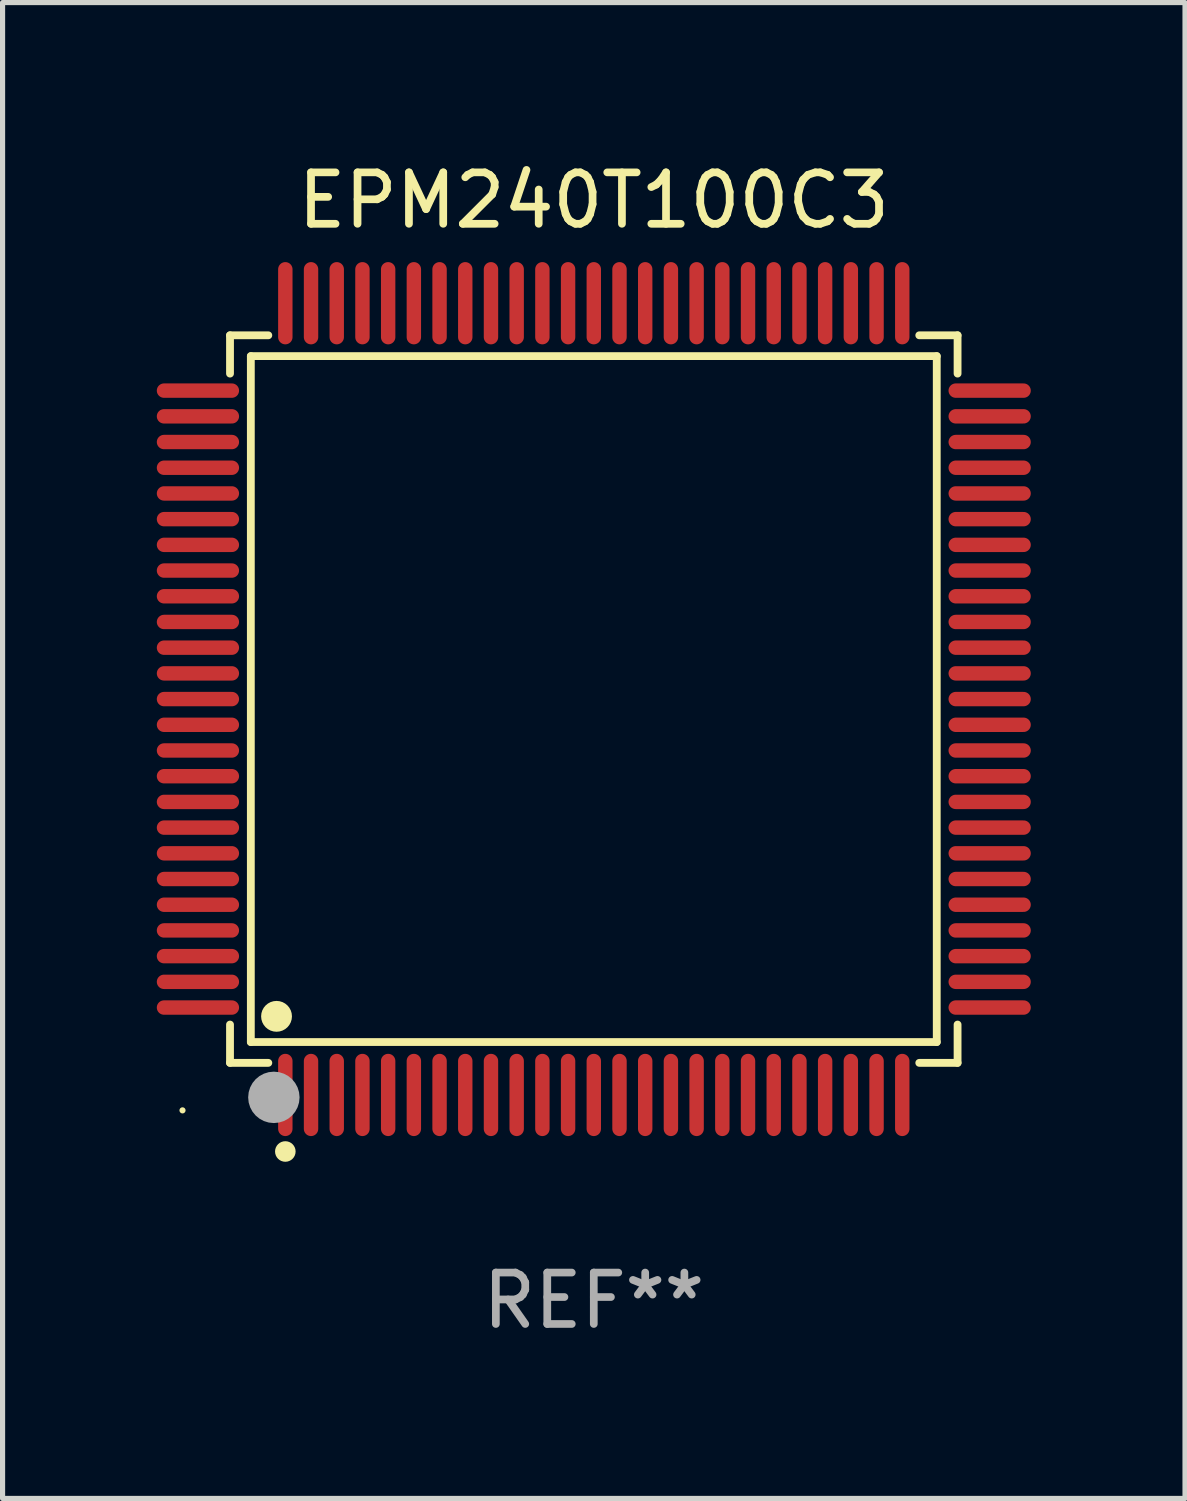
<source format=kicad_pcb>
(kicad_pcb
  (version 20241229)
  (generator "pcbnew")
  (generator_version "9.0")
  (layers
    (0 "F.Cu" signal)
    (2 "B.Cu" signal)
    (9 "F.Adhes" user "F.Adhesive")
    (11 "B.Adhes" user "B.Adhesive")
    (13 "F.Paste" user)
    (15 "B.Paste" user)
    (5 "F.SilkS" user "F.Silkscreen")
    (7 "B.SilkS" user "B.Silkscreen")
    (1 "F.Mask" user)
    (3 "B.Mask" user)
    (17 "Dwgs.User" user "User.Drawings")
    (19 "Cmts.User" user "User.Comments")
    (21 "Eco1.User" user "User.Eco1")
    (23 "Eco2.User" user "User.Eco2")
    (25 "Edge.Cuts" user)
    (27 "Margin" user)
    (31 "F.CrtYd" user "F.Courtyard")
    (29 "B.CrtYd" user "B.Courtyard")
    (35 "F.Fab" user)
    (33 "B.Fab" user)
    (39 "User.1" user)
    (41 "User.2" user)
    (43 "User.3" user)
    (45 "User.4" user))
  (footprint "EPM240T100C3"
    (layer "F.Cu")
    (at 8.5 10.548)
    (property "Reference" "EPM240T100C3" (at 0 -9.7 0) (layer "F.SilkS") (effects (font (size 1 1) (thickness 0.15))))
    (attr through_hole)
    (fp_line (start -7.076 -7.076) (end -6.331 -7.076) (stroke (width 0.152) (type solid)) (layer "F.SilkS"))
    (fp_line (start -7.076 -6.331) (end -7.076 -7.076) (stroke (width 0.152) (type solid)) (layer "F.SilkS"))
    (fp_line (start -7.076 6.331) (end -7.076 7.076) (stroke (width 0.152) (type solid)) (layer "F.SilkS"))
    (fp_line (start -7.076 7.076) (end -6.331 7.076) (stroke (width 0.152) (type solid)) (layer "F.SilkS"))
    (fp_line (start -6.671 -6.671) (end 6.671 -6.671) (stroke (width 0.152) (type solid)) (layer "F.SilkS"))
    (fp_line (start -6.671 6.671) (end -6.671 -6.671) (stroke (width 0.152) (type solid)) (layer "F.SilkS"))
    (fp_line (start 6.671 -6.671) (end 6.671 6.671) (stroke (width 0.152) (type solid)) (layer "F.SilkS"))
    (fp_line (start 6.671 6.671) (end -6.671 6.671) (stroke (width 0.152) (type solid)) (layer "F.SilkS"))
    (fp_line (start 7.076 -7.076) (end 6.331 -7.076) (stroke (width 0.152) (type solid)) (layer "F.SilkS"))
    (fp_line (start 7.076 -6.331) (end 7.076 -7.076) (stroke (width 0.152) (type solid)) (layer "F.SilkS"))
    (fp_line (start 7.076 6.331) (end 7.076 7.076) (stroke (width 0.152) (type solid)) (layer "F.SilkS"))
    (fp_line (start 7.076 7.076) (end 6.331 7.076) (stroke (width 0.152) (type solid)) (layer "F.SilkS"))
    (fp_circle (center -8 8) (end -7.97 8) (stroke (width 0.06) (type solid)) (fill no) (layer "F.SilkS"))
    (fp_circle (center -6.171 6.171) (end -6.021 6.171) (stroke (width 0.3) (type solid)) (fill no) (layer "F.SilkS"))
    (fp_circle (center -6 8.8) (end -5.9 8.8) (stroke (width 0.2) (type solid)) (fill no) (layer "F.SilkS"))
    (fp_circle (center -6.223 7.747) (end -5.973 7.747) (stroke (width 0.5) (type solid)) (fill no) (layer "F.Fab"))
    (fp_text user "REF**" (at 0 11.7 0) (layer "F.Fab") (effects (font (size 1 1) (thickness 0.15))))
    (pad "1" smd oval (at -6 7.7) (size 0.28 1.6) (layers "F.Cu" "F.Mask" "F.Paste"))
    (pad "2" smd oval (at -5.5 7.7) (size 0.28 1.6) (layers "F.Cu" "F.Mask" "F.Paste"))
    (pad "3" smd oval (at -5 7.7) (size 0.28 1.6) (layers "F.Cu" "F.Mask" "F.Paste"))
    (pad "4" smd oval (at -4.5 7.7) (size 0.28 1.6) (layers "F.Cu" "F.Mask" "F.Paste"))
    (pad "5" smd oval (at -4 7.7) (size 0.28 1.6) (layers "F.Cu" "F.Mask" "F.Paste"))
    (pad "6" smd oval (at -3.5 7.7) (size 0.28 1.6) (layers "F.Cu" "F.Mask" "F.Paste"))
    (pad "7" smd oval (at -3 7.7) (size 0.28 1.6) (layers "F.Cu" "F.Mask" "F.Paste"))
    (pad "8" smd oval (at -2.5 7.7) (size 0.28 1.6) (layers "F.Cu" "F.Mask" "F.Paste"))
    (pad "9" smd oval (at -2 7.7) (size 0.28 1.6) (layers "F.Cu" "F.Mask" "F.Paste"))
    (pad "10" smd oval (at -1.5 7.7) (size 0.28 1.6) (layers "F.Cu" "F.Mask" "F.Paste"))
    (pad "11" smd oval (at -1 7.7) (size 0.28 1.6) (layers "F.Cu" "F.Mask" "F.Paste"))
    (pad "12" smd oval (at -0.5 7.7) (size 0.28 1.6) (layers "F.Cu" "F.Mask" "F.Paste"))
    (pad "13" smd oval (at 0 7.7) (size 0.28 1.6) (layers "F.Cu" "F.Mask" "F.Paste"))
    (pad "14" smd oval (at 0.5 7.7) (size 0.28 1.6) (layers "F.Cu" "F.Mask" "F.Paste"))
    (pad "15" smd oval (at 1 7.7) (size 0.28 1.6) (layers "F.Cu" "F.Mask" "F.Paste"))
    (pad "16" smd oval (at 1.5 7.7) (size 0.28 1.6) (layers "F.Cu" "F.Mask" "F.Paste"))
    (pad "17" smd oval (at 2 7.7) (size 0.28 1.6) (layers "F.Cu" "F.Mask" "F.Paste"))
    (pad "18" smd oval (at 2.5 7.7) (size 0.28 1.6) (layers "F.Cu" "F.Mask" "F.Paste"))
    (pad "19" smd oval (at 3 7.7) (size 0.28 1.6) (layers "F.Cu" "F.Mask" "F.Paste"))
    (pad "20" smd oval (at 3.5 7.7) (size 0.28 1.6) (layers "F.Cu" "F.Mask" "F.Paste"))
    (pad "21" smd oval (at 4 7.7) (size 0.28 1.6) (layers "F.Cu" "F.Mask" "F.Paste"))
    (pad "22" smd oval (at 4.5 7.7) (size 0.28 1.6) (layers "F.Cu" "F.Mask" "F.Paste"))
    (pad "23" smd oval (at 5 7.7) (size 0.28 1.6) (layers "F.Cu" "F.Mask" "F.Paste"))
    (pad "24" smd oval (at 5.5 7.7) (size 0.28 1.6) (layers "F.Cu" "F.Mask" "F.Paste"))
    (pad "25" smd oval (at 6 7.7) (size 0.28 1.6) (layers "F.Cu" "F.Mask" "F.Paste"))
    (pad "26" smd oval (at 7.7 6) (size 1.6 0.28) (layers "F.Cu" "F.Mask" "F.Paste"))
    (pad "27" smd oval (at 7.7 5.5) (size 1.6 0.28) (layers "F.Cu" "F.Mask" "F.Paste"))
    (pad "28" smd oval (at 7.7 5) (size 1.6 0.28) (layers "F.Cu" "F.Mask" "F.Paste"))
    (pad "29" smd oval (at 7.7 4.5) (size 1.6 0.28) (layers "F.Cu" "F.Mask" "F.Paste"))
    (pad "30" smd oval (at 7.7 4) (size 1.6 0.28) (layers "F.Cu" "F.Mask" "F.Paste"))
    (pad "31" smd oval (at 7.7 3.5) (size 1.6 0.28) (layers "F.Cu" "F.Mask" "F.Paste"))
    (pad "32" smd oval (at 7.7 3) (size 1.6 0.28) (layers "F.Cu" "F.Mask" "F.Paste"))
    (pad "33" smd oval (at 7.7 2.5) (size 1.6 0.28) (layers "F.Cu" "F.Mask" "F.Paste"))
    (pad "34" smd oval (at 7.7 2) (size 1.6 0.28) (layers "F.Cu" "F.Mask" "F.Paste"))
    (pad "35" smd oval (at 7.7 1.5) (size 1.6 0.28) (layers "F.Cu" "F.Mask" "F.Paste"))
    (pad "36" smd oval (at 7.7 1) (size 1.6 0.28) (layers "F.Cu" "F.Mask" "F.Paste"))
    (pad "37" smd oval (at 7.7 0.5) (size 1.6 0.28) (layers "F.Cu" "F.Mask" "F.Paste"))
    (pad "38" smd oval (at 7.7 0) (size 1.6 0.28) (layers "F.Cu" "F.Mask" "F.Paste"))
    (pad "39" smd oval (at 7.7 -0.5) (size 1.6 0.28) (layers "F.Cu" "F.Mask" "F.Paste"))
    (pad "40" smd oval (at 7.7 -1) (size 1.6 0.28) (layers "F.Cu" "F.Mask" "F.Paste"))
    (pad "41" smd oval (at 7.7 -1.5) (size 1.6 0.28) (layers "F.Cu" "F.Mask" "F.Paste"))
    (pad "42" smd oval (at 7.7 -2) (size 1.6 0.28) (layers "F.Cu" "F.Mask" "F.Paste"))
    (pad "43" smd oval (at 7.7 -2.5) (size 1.6 0.28) (layers "F.Cu" "F.Mask" "F.Paste"))
    (pad "44" smd oval (at 7.7 -3) (size 1.6 0.28) (layers "F.Cu" "F.Mask" "F.Paste"))
    (pad "45" smd oval (at 7.7 -3.5) (size 1.6 0.28) (layers "F.Cu" "F.Mask" "F.Paste"))
    (pad "46" smd oval (at 7.7 -4) (size 1.6 0.28) (layers "F.Cu" "F.Mask" "F.Paste"))
    (pad "47" smd oval (at 7.7 -4.5) (size 1.6 0.28) (layers "F.Cu" "F.Mask" "F.Paste"))
    (pad "48" smd oval (at 7.7 -5) (size 1.6 0.28) (layers "F.Cu" "F.Mask" "F.Paste"))
    (pad "49" smd oval (at 7.7 -5.5) (size 1.6 0.28) (layers "F.Cu" "F.Mask" "F.Paste"))
    (pad "50" smd oval (at 7.7 -6) (size 1.6 0.28) (layers "F.Cu" "F.Mask" "F.Paste"))
    (pad "51" smd oval (at 6 -7.7) (size 0.28 1.6) (layers "F.Cu" "F.Mask" "F.Paste"))
    (pad "52" smd oval (at 5.5 -7.7) (size 0.28 1.6) (layers "F.Cu" "F.Mask" "F.Paste"))
    (pad "53" smd oval (at 5 -7.7) (size 0.28 1.6) (layers "F.Cu" "F.Mask" "F.Paste"))
    (pad "54" smd oval (at 4.5 -7.7) (size 0.28 1.6) (layers "F.Cu" "F.Mask" "F.Paste"))
    (pad "55" smd oval (at 4 -7.7) (size 0.28 1.6) (layers "F.Cu" "F.Mask" "F.Paste"))
    (pad "56" smd oval (at 3.5 -7.7) (size 0.28 1.6) (layers "F.Cu" "F.Mask" "F.Paste"))
    (pad "57" smd oval (at 3 -7.7) (size 0.28 1.6) (layers "F.Cu" "F.Mask" "F.Paste"))
    (pad "58" smd oval (at 2.5 -7.7) (size 0.28 1.6) (layers "F.Cu" "F.Mask" "F.Paste"))
    (pad "59" smd oval (at 2 -7.7) (size 0.28 1.6) (layers "F.Cu" "F.Mask" "F.Paste"))
    (pad "60" smd oval (at 1.5 -7.7) (size 0.28 1.6) (layers "F.Cu" "F.Mask" "F.Paste"))
    (pad "61" smd oval (at 1 -7.7) (size 0.28 1.6) (layers "F.Cu" "F.Mask" "F.Paste"))
    (pad "62" smd oval (at 0.5 -7.7) (size 0.28 1.6) (layers "F.Cu" "F.Mask" "F.Paste"))
    (pad "63" smd oval (at 0 -7.7) (size 0.28 1.6) (layers "F.Cu" "F.Mask" "F.Paste"))
    (pad "64" smd oval (at -0.5 -7.7) (size 0.28 1.6) (layers "F.Cu" "F.Mask" "F.Paste"))
    (pad "65" smd oval (at -1 -7.7) (size 0.28 1.6) (layers "F.Cu" "F.Mask" "F.Paste"))
    (pad "66" smd oval (at -1.5 -7.7) (size 0.28 1.6) (layers "F.Cu" "F.Mask" "F.Paste"))
    (pad "67" smd oval (at -2 -7.7) (size 0.28 1.6) (layers "F.Cu" "F.Mask" "F.Paste"))
    (pad "68" smd oval (at -2.5 -7.7) (size 0.28 1.6) (layers "F.Cu" "F.Mask" "F.Paste"))
    (pad "69" smd oval (at -3 -7.7) (size 0.28 1.6) (layers "F.Cu" "F.Mask" "F.Paste"))
    (pad "70" smd oval (at -3.5 -7.7) (size 0.28 1.6) (layers "F.Cu" "F.Mask" "F.Paste"))
    (pad "71" smd oval (at -4 -7.7) (size 0.28 1.6) (layers "F.Cu" "F.Mask" "F.Paste"))
    (pad "72" smd oval (at -4.5 -7.7) (size 0.28 1.6) (layers "F.Cu" "F.Mask" "F.Paste"))
    (pad "73" smd oval (at -5 -7.7) (size 0.28 1.6) (layers "F.Cu" "F.Mask" "F.Paste"))
    (pad "74" smd oval (at -5.5 -7.7) (size 0.28 1.6) (layers "F.Cu" "F.Mask" "F.Paste"))
    (pad "75" smd oval (at -6 -7.7) (size 0.28 1.6) (layers "F.Cu" "F.Mask" "F.Paste"))
    (pad "76" smd oval (at -7.7 -6) (size 1.6 0.28) (layers "F.Cu" "F.Mask" "F.Paste"))
    (pad "77" smd oval (at -7.7 -5.5) (size 1.6 0.28) (layers "F.Cu" "F.Mask" "F.Paste"))
    (pad "78" smd oval (at -7.7 -5) (size 1.6 0.28) (layers "F.Cu" "F.Mask" "F.Paste"))
    (pad "79" smd oval (at -7.7 -4.5) (size 1.6 0.28) (layers "F.Cu" "F.Mask" "F.Paste"))
    (pad "80" smd oval (at -7.7 -4) (size 1.6 0.28) (layers "F.Cu" "F.Mask" "F.Paste"))
    (pad "81" smd oval (at -7.7 -3.5) (size 1.6 0.28) (layers "F.Cu" "F.Mask" "F.Paste"))
    (pad "82" smd oval (at -7.7 -3) (size 1.6 0.28) (layers "F.Cu" "F.Mask" "F.Paste"))
    (pad "83" smd oval (at -7.7 -2.5) (size 1.6 0.28) (layers "F.Cu" "F.Mask" "F.Paste"))
    (pad "84" smd oval (at -7.7 -2) (size 1.6 0.28) (layers "F.Cu" "F.Mask" "F.Paste"))
    (pad "85" smd oval (at -7.7 -1.5) (size 1.6 0.28) (layers "F.Cu" "F.Mask" "F.Paste"))
    (pad "86" smd oval (at -7.7 -1) (size 1.6 0.28) (layers "F.Cu" "F.Mask" "F.Paste"))
    (pad "87" smd oval (at -7.7 -0.5) (size 1.6 0.28) (layers "F.Cu" "F.Mask" "F.Paste"))
    (pad "88" smd oval (at -7.7 0) (size 1.6 0.28) (layers "F.Cu" "F.Mask" "F.Paste"))
    (pad "89" smd oval (at -7.7 0.5) (size 1.6 0.28) (layers "F.Cu" "F.Mask" "F.Paste"))
    (pad "90" smd oval (at -7.7 1) (size 1.6 0.28) (layers "F.Cu" "F.Mask" "F.Paste"))
    (pad "91" smd oval (at -7.7 1.5) (size 1.6 0.28) (layers "F.Cu" "F.Mask" "F.Paste"))
    (pad "92" smd oval (at -7.7 2) (size 1.6 0.28) (layers "F.Cu" "F.Mask" "F.Paste"))
    (pad "93" smd oval (at -7.7 2.5) (size 1.6 0.28) (layers "F.Cu" "F.Mask" "F.Paste"))
    (pad "94" smd oval (at -7.7 3) (size 1.6 0.28) (layers "F.Cu" "F.Mask" "F.Paste"))
    (pad "95" smd oval (at -7.7 3.5) (size 1.6 0.28) (layers "F.Cu" "F.Mask" "F.Paste"))
    (pad "96" smd oval (at -7.7 4) (size 1.6 0.28) (layers "F.Cu" "F.Mask" "F.Paste"))
    (pad "97" smd oval (at -7.7 4.5) (size 1.6 0.28) (layers "F.Cu" "F.Mask" "F.Paste"))
    (pad "98" smd oval (at -7.7 5) (size 1.6 0.28) (layers "F.Cu" "F.Mask" "F.Paste"))
    (pad "99" smd oval (at -7.7 5.5) (size 1.6 0.28) (layers "F.Cu" "F.Mask" "F.Paste"))
    (pad "100" smd oval (at -7.7 6) (size 1.6 0.28) (layers "F.Cu" "F.Mask" "F.Paste")))
  (gr_rect
    (start -3 -3)
    (end 20 26.097)
    (stroke (width 0.1) (type default))
    (fill no)
    (layer "Edge.Cuts")))
</source>
